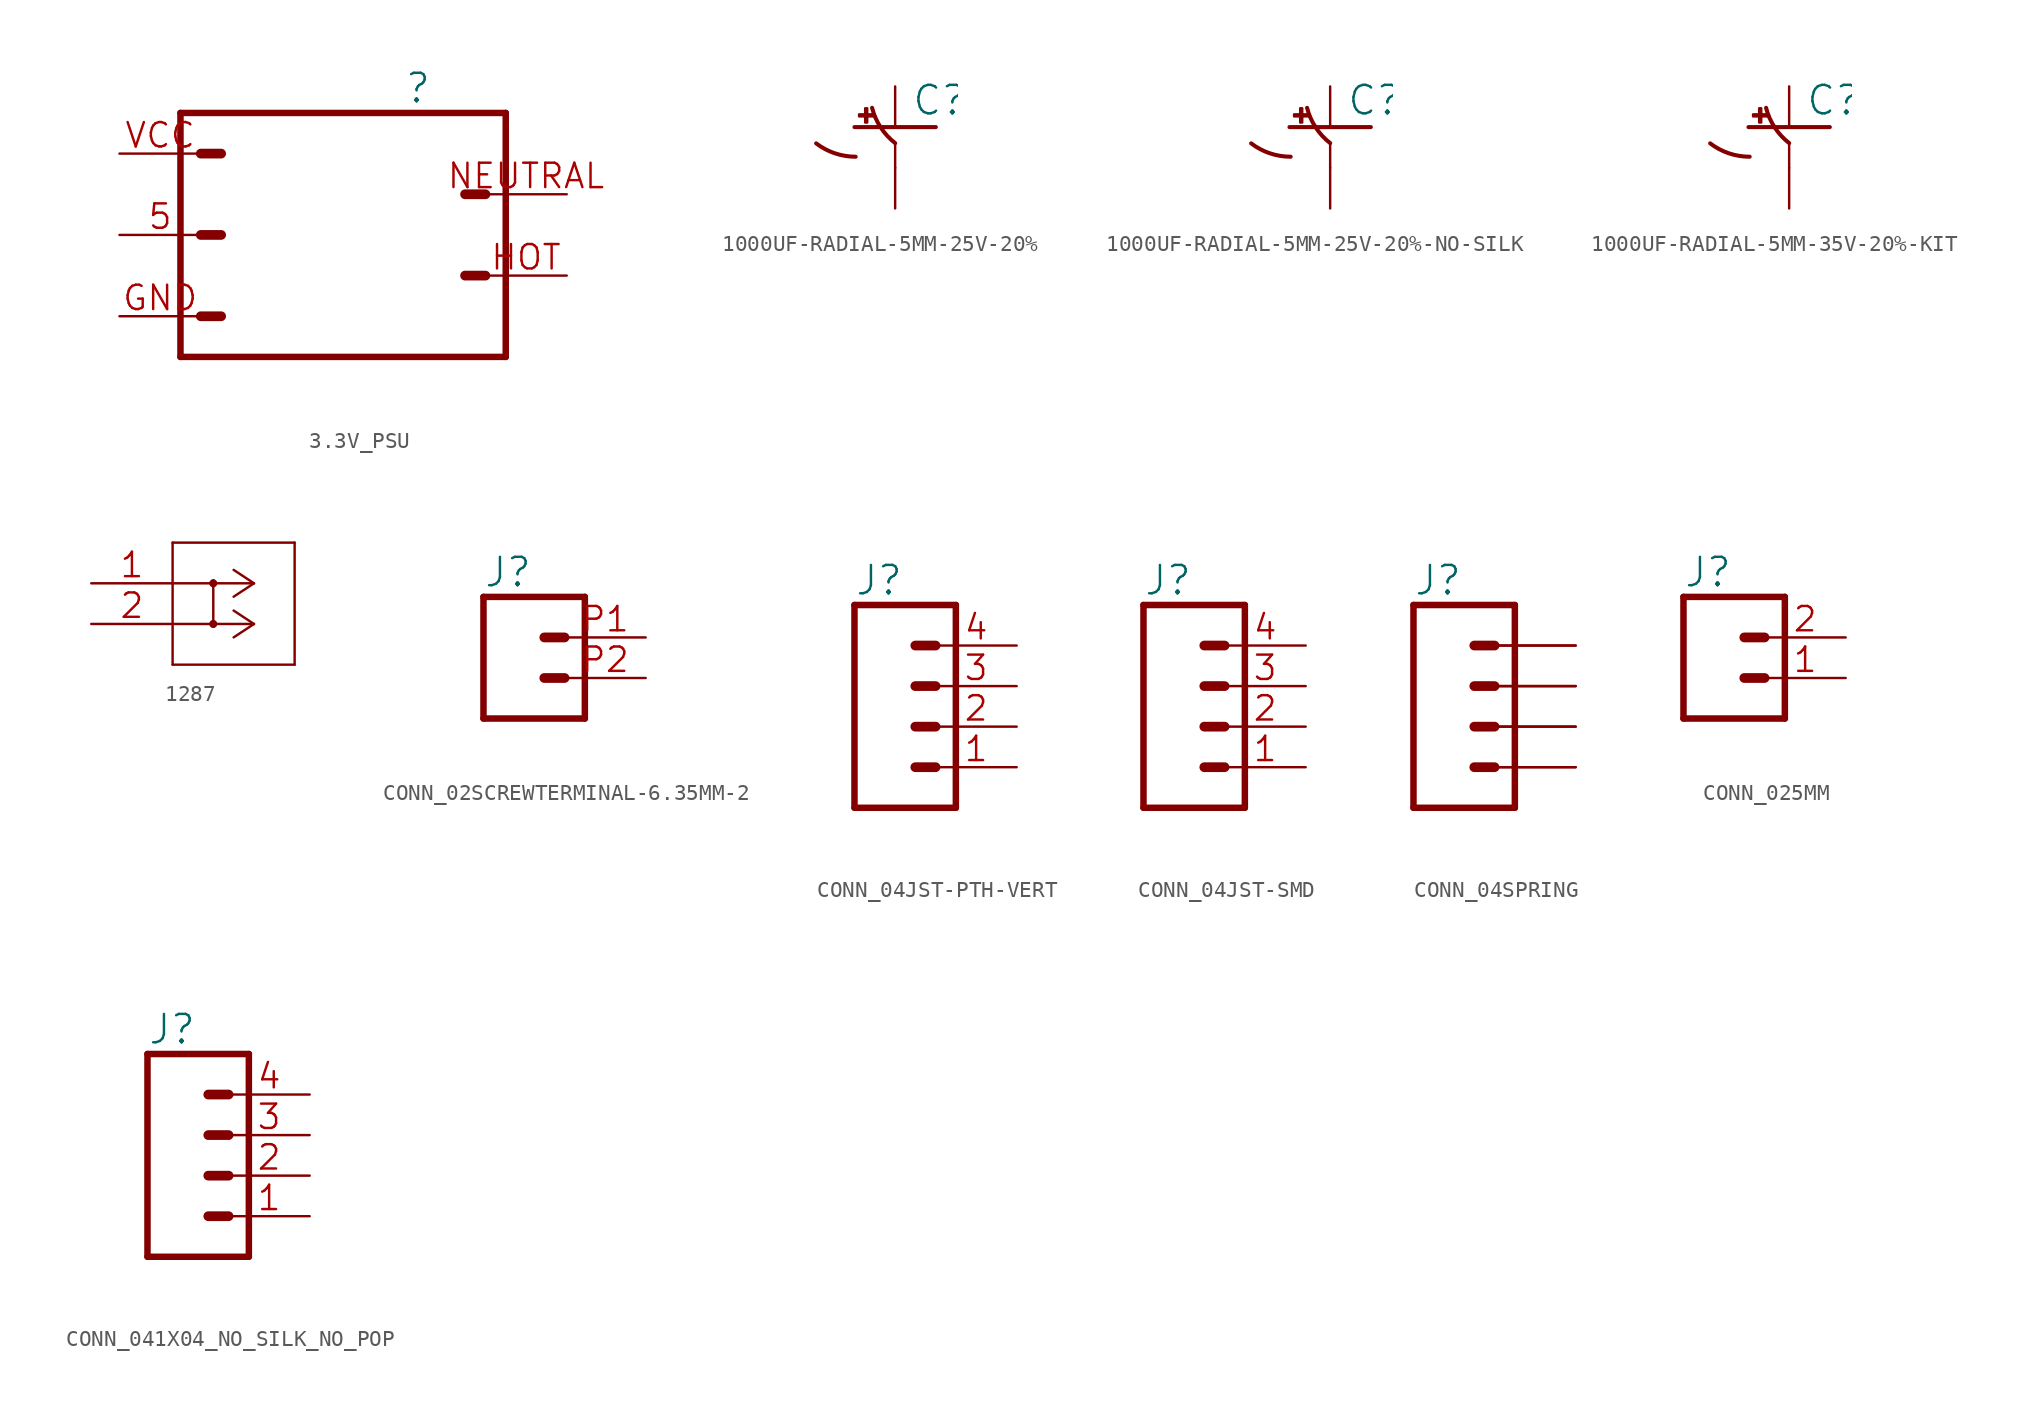
<source format=kicad_sym>
(kicad_symbol_lib
  (version 20241209)
  (generator "kicad_symbol_editor")
  (generator_version "9.0")
  (symbol "3.3V_PSU"
    (property "Reference" ""
      (at -2.54 8.128 0)
      (effects (font (size 1.778 1.778)) (justify left bottom)))
    (property "Value" ""
      (at -2.54 -9.906 0)
      (effects (font (size 1.778 1.778)) (justify left bottom)))
    (property "ki_locked" ""
      (at 0 0 0)
      (effects (font (size 1.27 1.27))))
    (symbol "3.3V_PSU_1_0"
      (polyline (pts (xy -16.51 7.62) (xy -16.51 -7.62)) (stroke (width 0.406) (type solid)) (fill (type none)))
      (polyline (pts (xy -16.51 7.62) (xy 3.81 7.62)) (stroke (width 0.406) (type solid)) (fill (type none)))
      (polyline (pts (xy -15.24 5.08) (xy -13.97 5.08)) (stroke (width 0.61) (type solid)) (fill (type none)))
      (polyline (pts (xy -15.24 0) (xy -13.97 0)) (stroke (width 0.61) (type solid)) (fill (type none)))
      (polyline (pts (xy -15.24 -5.08) (xy -13.97 -5.08)) (stroke (width 0.61) (type solid)) (fill (type none)))
      (polyline (pts (xy 1.27 2.54) (xy 2.54 2.54)) (stroke (width 0.61) (type solid)) (fill (type none)))
      (polyline (pts (xy 1.27 -2.54) (xy 2.54 -2.54)) (stroke (width 0.61) (type solid)) (fill (type none)))
      (polyline (pts (xy 3.81 -7.62) (xy -16.51 -7.62)) (stroke (width 0.406) (type solid)) (fill (type none)))
      (polyline (pts (xy 3.81 -7.62) (xy 3.81 7.62)) (stroke (width 0.406) (type solid)) (fill (type none)))
      (pin passive line (at -20.32 5.08 0) (length 5.08) (name "VCC" (effects (font (size 0 0)))) (number "VCC" (effects (font (size 1.524 1.524)))))
      (pin passive line (at -20.32 0 0) (length 5.08) (name "6" (effects (font (size 0 0)))) (number "5" (effects (font (size 1.524 1.524)))))
      (pin passive line (at -20.32 -5.08 0) (length 5.08) (name "GND" (effects (font (size 0 0)))) (number "GND" (effects (font (size 1.524 1.524)))))
      (pin passive line (at 7.62 2.54 180) (length 5.08) (name "NEUTRAL" (effects (font (size 0 0)))) (number "NEUTRAL" (effects (font (size 1.524 1.524)))))
      (pin passive line (at 7.62 -2.54 180) (length 5.08) (name "HOT" (effects (font (size 0 0)))) (number "HOT" (effects (font (size 1.524 1.524)))))))
  (symbol "1000UF-RADIAL-5MM-25V-20%"
    (property "Reference" "C"
      (at 1.016 0.635 0)
      (effects (font (size 1.778 1.778)) (justify left bottom)))
    (property "Value" ""
      (at 1.016 -4.191 0)
      (effects (font (size 1.778 1.778)) (justify left bottom)))
    (property "ki_locked" ""
      (at 0 0 0)
      (effects (font (size 1.27 1.27))))
    (symbol "1000UF-RADIAL-5MM-25V-20%_1_0"
      (polyline (pts (xy -2.54 0) (xy 2.54 0)) (stroke (width 0.254) (type solid)) (fill (type none)))
      (arc (start -2.4669 -1.8504) (mid -3.7689 -1.6361) (end -4.9337 -1.0159) (stroke (width 0.254) (type solid)) (fill (type none)))
      (rectangle (start -2.253 0.668) (end -1.364 0.795) (stroke (width 0) (type default)) (fill (type outline)))
      (rectangle (start -1.872 0.287) (end -1.745 1.176) (stroke (width 0) (type default)) (fill (type outline)))
      (polyline (pts (xy 0 -1.016) (xy 0 -2.54)) (stroke (width 0.152) (type solid)) (fill (type none)))
      (arc (start 0 -1) (mid -0.9038 -0.0189) (end -1.4403 1.2025) (stroke (width 0.254) (type solid)) (fill (type none)))
      (pin passive line (at 0 2.54 270) (length 2.54) (name "+" (effects (font (size 0 0)))) (number "+" (effects (font (size 0 0)))))
      (pin passive line (at 0 -5.08 90) (length 2.54) (name "-" (effects (font (size 0 0)))) (number "-" (effects (font (size 0 0)))))))
  (symbol "1000UF-RADIAL-5MM-25V-20%-NO-SILK"
    (property "Reference" "C"
      (at 1.016 0.635 0)
      (effects (font (size 1.778 1.778)) (justify left bottom)))
    (property "Value" ""
      (at 1.016 -4.191 0)
      (effects (font (size 1.778 1.778)) (justify left bottom)))
    (property "ki_locked" ""
      (at 0 0 0)
      (effects (font (size 1.27 1.27))))
    (symbol "1000UF-RADIAL-5MM-25V-20%-NO-SILK_1_0"
      (polyline (pts (xy -2.54 0) (xy 2.54 0)) (stroke (width 0.254) (type solid)) (fill (type none)))
      (arc (start -2.4669 -1.8504) (mid -3.7689 -1.6361) (end -4.9337 -1.0159) (stroke (width 0.254) (type solid)) (fill (type none)))
      (rectangle (start -2.253 0.668) (end -1.364 0.795) (stroke (width 0) (type default)) (fill (type outline)))
      (rectangle (start -1.872 0.287) (end -1.745 1.176) (stroke (width 0) (type default)) (fill (type outline)))
      (polyline (pts (xy 0 -1.016) (xy 0 -2.54)) (stroke (width 0.152) (type solid)) (fill (type none)))
      (arc (start 0 -1) (mid -0.9038 -0.0189) (end -1.4403 1.2025) (stroke (width 0.254) (type solid)) (fill (type none)))
      (pin passive line (at 0 2.54 270) (length 2.54) (name "+" (effects (font (size 0 0)))) (number "+" (effects (font (size 0 0)))))
      (pin passive line (at 0 -5.08 90) (length 2.54) (name "-" (effects (font (size 0 0)))) (number "-" (effects (font (size 0 0)))))))
  (symbol "1000UF-RADIAL-5MM-35V-20%-KIT"
    (property "Reference" "C"
      (at 1.016 0.635 0)
      (effects (font (size 1.778 1.778)) (justify left bottom)))
    (property "Value" ""
      (at 1.016 -4.191 0)
      (effects (font (size 1.778 1.778)) (justify left bottom)))
    (property "ki_locked" ""
      (at 0 0 0)
      (effects (font (size 1.27 1.27))))
    (symbol "1000UF-RADIAL-5MM-35V-20%-KIT_1_0"
      (polyline (pts (xy -2.54 0) (xy 2.54 0)) (stroke (width 0.254) (type solid)) (fill (type none)))
      (arc (start -2.4669 -1.8504) (mid -3.7689 -1.6361) (end -4.9337 -1.0159) (stroke (width 0.254) (type solid)) (fill (type none)))
      (rectangle (start -2.253 0.668) (end -1.364 0.795) (stroke (width 0) (type default)) (fill (type outline)))
      (rectangle (start -1.872 0.287) (end -1.745 1.176) (stroke (width 0) (type default)) (fill (type outline)))
      (polyline (pts (xy 0 -1.016) (xy 0 -2.54)) (stroke (width 0.152) (type solid)) (fill (type none)))
      (arc (start 0 -1) (mid -0.9038 -0.0189) (end -1.4403 1.2025) (stroke (width 0.254) (type solid)) (fill (type none)))
      (pin passive line (at 0 2.54 270) (length 2.54) (name "+" (effects (font (size 0 0)))) (number "+" (effects (font (size 0 0)))))
      (pin passive line (at 0 -5.08 90) (length 2.54) (name "-" (effects (font (size 0 0)))) (number "-" (effects (font (size 0 0)))))))
  (symbol "1287"
    (property "Reference" "J"
      (at 4.166 5.309 0)
      (effects (font (size 2.083 1.77)) (justify left bottom) (hide yes)))
    (property "ki_locked" ""
      (at 0 0 0)
      (effects (font (size 1.27 1.27))))
    (symbol "1287_1_0"
      (polyline (pts (xy 5.08 2.54) (xy 5.08 -5.08)) (stroke (width 0.152) (type solid)) (fill (type none)))
      (polyline (pts (xy 5.08 -5.08) (xy 12.7 -5.08)) (stroke (width 0.152) (type solid)) (fill (type none)))
      (polyline (pts (xy 7.62 0) (xy 5.08 0)) (stroke (width 0.152) (type solid)) (fill (type none)))
      (polyline (pts (xy 7.62 0) (xy 7.62 -0.127)) (stroke (width 0.152) (type solid)) (fill (type none)))
      (arc (start 7.62 0.127) (mid 7.747 0) (end 7.62 -0.127) (stroke (width 0.254) (type solid)) (fill (type none)))
      (arc (start 7.62 -0.127) (mid 7.493 0) (end 7.62 0.127) (stroke (width 0.254) (type solid)) (fill (type none)))
      (polyline (pts (xy 7.62 -0.127) (xy 7.62 -2.413)) (stroke (width 0.152) (type solid)) (fill (type none)))
      (polyline (pts (xy 7.62 -2.413) (xy 7.62 -2.54)) (stroke (width 0.152) (type solid)) (fill (type none)))
      (polyline (pts (xy 7.62 -2.54) (xy 5.08 -2.54)) (stroke (width 0.152) (type solid)) (fill (type none)))
      (arc (start 7.62 -2.413) (mid 7.747 -2.54) (end 7.62 -2.667) (stroke (width 0.254) (type solid)) (fill (type none)))
      (arc (start 7.62 -2.667) (mid 7.493 -2.54) (end 7.62 -2.413) (stroke (width 0.254) (type solid)) (fill (type none)))
      (polyline (pts (xy 10.16 0) (xy 7.62 0)) (stroke (width 0.152) (type solid)) (fill (type none)))
      (polyline (pts (xy 10.16 0) (xy 8.89 0.838)) (stroke (width 0.152) (type solid)) (fill (type none)))
      (polyline (pts (xy 10.16 0) (xy 8.89 -0.838)) (stroke (width 0.152) (type solid)) (fill (type none)))
      (polyline (pts (xy 10.16 -2.54) (xy 7.62 -2.54)) (stroke (width 0.152) (type solid)) (fill (type none)))
      (polyline (pts (xy 10.16 -2.54) (xy 8.89 -1.702)) (stroke (width 0.152) (type solid)) (fill (type none)))
      (polyline (pts (xy 10.16 -2.54) (xy 8.89 -3.378)) (stroke (width 0.152) (type solid)) (fill (type none)))
      (polyline (pts (xy 12.7 2.54) (xy 5.08 2.54)) (stroke (width 0.152) (type solid)) (fill (type none)))
      (polyline (pts (xy 12.7 -5.08) (xy 12.7 2.54)) (stroke (width 0.152) (type solid)) (fill (type none)))
      (pin passive line (at 0 0 0) (length 5.08) (name "1" (effects (font (size 0 0)))) (number "1" (effects (font (size 1.524 1.524)))))
      (pin passive line (at 0 -2.54 0) (length 5.08) (name "2" (effects (font (size 0 0)))) (number "2" (effects (font (size 1.524 1.524)))))))
  (symbol "CONN_02SCREWTERMINAL-6.35MM-2"
    (property "Reference" "J"
      (at -2.54 5.588 0)
      (effects (font (size 1.778 1.778)) (justify left bottom)))
    (property "Value" ""
      (at -2.54 -4.826 0)
      (effects (font (size 1.778 1.778)) (justify left bottom)))
    (property "ki_locked" ""
      (at 0 0 0)
      (effects (font (size 1.27 1.27))))
    (symbol "CONN_02SCREWTERMINAL-6.35MM-2_1_0"
      (polyline (pts (xy -2.54 5.08) (xy -2.54 -2.54)) (stroke (width 0.406) (type solid)) (fill (type none)))
      (polyline (pts (xy -2.54 5.08) (xy 3.81 5.08)) (stroke (width 0.406) (type solid)) (fill (type none)))
      (polyline (pts (xy 1.27 2.54) (xy 2.54 2.54)) (stroke (width 0.61) (type solid)) (fill (type none)))
      (polyline (pts (xy 1.27 0) (xy 2.54 0)) (stroke (width 0.61) (type solid)) (fill (type none)))
      (polyline (pts (xy 3.81 -2.54) (xy -2.54 -2.54)) (stroke (width 0.406) (type solid)) (fill (type none)))
      (polyline (pts (xy 3.81 -2.54) (xy 3.81 5.08)) (stroke (width 0.406) (type solid)) (fill (type none)))
      (pin passive line (at 7.62 2.54 180) (length 5.08) (name "2" (effects (font (size 0 0)))) (number "P1" (effects (font (size 1.524 1.524)))))
      (pin passive line (at 7.62 0 180) (length 5.08) (name "1" (effects (font (size 0 0)))) (number "P2" (effects (font (size 1.524 1.524)))))))
  (symbol "CONN_04JST-PTH-VERT"
    (property "Reference" "J"
      (at -5.08 8.128 0)
      (effects (font (size 1.778 1.778)) (justify left bottom)))
    (property "Value" ""
      (at -5.08 -7.366 0)
      (effects (font (size 1.778 1.778)) (justify left bottom)))
    (property "ki_locked" ""
      (at 0 0 0)
      (effects (font (size 1.27 1.27))))
    (symbol "CONN_04JST-PTH-VERT_1_0"
      (polyline (pts (xy -5.08 7.62) (xy -5.08 -5.08)) (stroke (width 0.406) (type solid)) (fill (type none)))
      (polyline (pts (xy -5.08 7.62) (xy 1.27 7.62)) (stroke (width 0.406) (type solid)) (fill (type none)))
      (polyline (pts (xy -1.27 5.08) (xy 0 5.08)) (stroke (width 0.61) (type solid)) (fill (type none)))
      (polyline (pts (xy -1.27 2.54) (xy 0 2.54)) (stroke (width 0.61) (type solid)) (fill (type none)))
      (polyline (pts (xy -1.27 0) (xy 0 0)) (stroke (width 0.61) (type solid)) (fill (type none)))
      (polyline (pts (xy -1.27 -2.54) (xy 0 -2.54)) (stroke (width 0.61) (type solid)) (fill (type none)))
      (polyline (pts (xy 1.27 -5.08) (xy -5.08 -5.08)) (stroke (width 0.406) (type solid)) (fill (type none)))
      (polyline (pts (xy 1.27 -5.08) (xy 1.27 7.62)) (stroke (width 0.406) (type solid)) (fill (type none)))
      (pin passive line (at 5.08 5.08 180) (length 5.08) (name "4" (effects (font (size 0 0)))) (number "4" (effects (font (size 1.524 1.524)))))
      (pin passive line (at 5.08 2.54 180) (length 5.08) (name "3" (effects (font (size 0 0)))) (number "3" (effects (font (size 1.524 1.524)))))
      (pin passive line (at 5.08 0 180) (length 5.08) (name "2" (effects (font (size 0 0)))) (number "2" (effects (font (size 1.524 1.524)))))
      (pin passive line (at 5.08 -2.54 180) (length 5.08) (name "1" (effects (font (size 0 0)))) (number "1" (effects (font (size 1.524 1.524)))))))
  (symbol "CONN_04JST-SMD"
    (property "Reference" "J"
      (at -5.08 8.128 0)
      (effects (font (size 1.778 1.778)) (justify left bottom)))
    (property "Value" ""
      (at -5.08 -7.366 0)
      (effects (font (size 1.778 1.778)) (justify left bottom)))
    (property "ki_locked" ""
      (at 0 0 0)
      (effects (font (size 1.27 1.27))))
    (symbol "CONN_04JST-SMD_1_0"
      (polyline (pts (xy -5.08 7.62) (xy -5.08 -5.08)) (stroke (width 0.406) (type solid)) (fill (type none)))
      (polyline (pts (xy -5.08 7.62) (xy 1.27 7.62)) (stroke (width 0.406) (type solid)) (fill (type none)))
      (polyline (pts (xy -1.27 5.08) (xy 0 5.08)) (stroke (width 0.61) (type solid)) (fill (type none)))
      (polyline (pts (xy -1.27 2.54) (xy 0 2.54)) (stroke (width 0.61) (type solid)) (fill (type none)))
      (polyline (pts (xy -1.27 0) (xy 0 0)) (stroke (width 0.61) (type solid)) (fill (type none)))
      (polyline (pts (xy -1.27 -2.54) (xy 0 -2.54)) (stroke (width 0.61) (type solid)) (fill (type none)))
      (polyline (pts (xy 1.27 -5.08) (xy -5.08 -5.08)) (stroke (width 0.406) (type solid)) (fill (type none)))
      (polyline (pts (xy 1.27 -5.08) (xy 1.27 7.62)) (stroke (width 0.406) (type solid)) (fill (type none)))
      (pin passive line (at 5.08 5.08 180) (length 5.08) (name "4" (effects (font (size 0 0)))) (number "4" (effects (font (size 1.524 1.524)))))
      (pin passive line (at 5.08 2.54 180) (length 5.08) (name "3" (effects (font (size 0 0)))) (number "3" (effects (font (size 1.524 1.524)))))
      (pin passive line (at 5.08 0 180) (length 5.08) (name "2" (effects (font (size 0 0)))) (number "2" (effects (font (size 1.524 1.524)))))
      (pin passive line (at 5.08 -2.54 180) (length 5.08) (name "1" (effects (font (size 0 0)))) (number "1" (effects (font (size 1.524 1.524)))))))
  (symbol "CONN_04SPRING"
    (property "Reference" "J"
      (at -5.08 8.128 0)
      (effects (font (size 1.778 1.778)) (justify left bottom)))
    (property "Value" ""
      (at -5.08 -7.366 0)
      (effects (font (size 1.778 1.778)) (justify left bottom)))
    (property "ki_locked" ""
      (at 0 0 0)
      (effects (font (size 1.27 1.27))))
    (symbol "CONN_04SPRING_1_0"
      (polyline (pts (xy -5.08 7.62) (xy -5.08 -5.08)) (stroke (width 0.406) (type solid)) (fill (type none)))
      (polyline (pts (xy -5.08 7.62) (xy 1.27 7.62)) (stroke (width 0.406) (type solid)) (fill (type none)))
      (polyline (pts (xy -1.27 5.08) (xy 0 5.08)) (stroke (width 0.61) (type solid)) (fill (type none)))
      (polyline (pts (xy -1.27 2.54) (xy 0 2.54)) (stroke (width 0.61) (type solid)) (fill (type none)))
      (polyline (pts (xy -1.27 0) (xy 0 0)) (stroke (width 0.61) (type solid)) (fill (type none)))
      (polyline (pts (xy -1.27 -2.54) (xy 0 -2.54)) (stroke (width 0.61) (type solid)) (fill (type none)))
      (polyline (pts (xy 1.27 -5.08) (xy -5.08 -5.08)) (stroke (width 0.406) (type solid)) (fill (type none)))
      (polyline (pts (xy 1.27 -5.08) (xy 1.27 7.62)) (stroke (width 0.406) (type solid)) (fill (type none)))
      (pin passive line (at 5.08 5.08 180) (length 5.08) (name "4" (effects (font (size 0 0)))) (number "4" (effects (font (size 0 0)))))
      (pin passive line (at 5.08 5.08 180) (length 5.08) (name "4" (effects (font (size 0 0)))) (number "8" (effects (font (size 0 0)))))
      (pin passive line (at 5.08 2.54 180) (length 5.08) (name "3" (effects (font (size 0 0)))) (number "3" (effects (font (size 0 0)))))
      (pin passive line (at 5.08 2.54 180) (length 5.08) (name "3" (effects (font (size 0 0)))) (number "7" (effects (font (size 0 0)))))
      (pin passive line (at 5.08 0 180) (length 5.08) (name "2" (effects (font (size 0 0)))) (number "2" (effects (font (size 0 0)))))
      (pin passive line (at 5.08 0 180) (length 5.08) (name "2" (effects (font (size 0 0)))) (number "6" (effects (font (size 0 0)))))
      (pin passive line (at 5.08 -2.54 180) (length 5.08) (name "1" (effects (font (size 0 0)))) (number "1" (effects (font (size 0 0)))))
      (pin passive line (at 5.08 -2.54 180) (length 5.08) (name "1" (effects (font (size 0 0)))) (number "5" (effects (font (size 0 0)))))))
  (symbol "CONN_025MM"
    (property "Reference" "J"
      (at -2.54 5.588 0)
      (effects (font (size 1.778 1.778)) (justify left bottom)))
    (property "Value" ""
      (at -2.54 -4.826 0)
      (effects (font (size 1.778 1.778)) (justify left bottom)))
    (property "ki_locked" ""
      (at 0 0 0)
      (effects (font (size 1.27 1.27))))
    (symbol "CONN_025MM_1_0"
      (polyline (pts (xy -2.54 5.08) (xy -2.54 -2.54)) (stroke (width 0.406) (type solid)) (fill (type none)))
      (polyline (pts (xy -2.54 5.08) (xy 3.81 5.08)) (stroke (width 0.406) (type solid)) (fill (type none)))
      (polyline (pts (xy 1.27 2.54) (xy 2.54 2.54)) (stroke (width 0.61) (type solid)) (fill (type none)))
      (polyline (pts (xy 1.27 0) (xy 2.54 0)) (stroke (width 0.61) (type solid)) (fill (type none)))
      (polyline (pts (xy 3.81 -2.54) (xy -2.54 -2.54)) (stroke (width 0.406) (type solid)) (fill (type none)))
      (polyline (pts (xy 3.81 -2.54) (xy 3.81 5.08)) (stroke (width 0.406) (type solid)) (fill (type none)))
      (pin passive line (at 7.62 2.54 180) (length 5.08) (name "2" (effects (font (size 0 0)))) (number "2" (effects (font (size 1.524 1.524)))))
      (pin passive line (at 7.62 0 180) (length 5.08) (name "1" (effects (font (size 0 0)))) (number "1" (effects (font (size 1.524 1.524)))))))
  (symbol "CONN_041X04_NO_SILK_NO_POP"
    (property "Reference" "J"
      (at -5.08 8.128 0)
      (effects (font (size 1.778 1.778)) (justify left bottom)))
    (property "Value" ""
      (at -5.08 -7.366 0)
      (effects (font (size 1.778 1.778)) (justify left bottom)))
    (property "ki_locked" ""
      (at 0 0 0)
      (effects (font (size 1.27 1.27))))
    (symbol "CONN_041X04_NO_SILK_NO_POP_1_0"
      (polyline (pts (xy -5.08 7.62) (xy -5.08 -5.08)) (stroke (width 0.406) (type solid)) (fill (type none)))
      (polyline (pts (xy -5.08 7.62) (xy 1.27 7.62)) (stroke (width 0.406) (type solid)) (fill (type none)))
      (polyline (pts (xy -1.27 5.08) (xy 0 5.08)) (stroke (width 0.61) (type solid)) (fill (type none)))
      (polyline (pts (xy -1.27 2.54) (xy 0 2.54)) (stroke (width 0.61) (type solid)) (fill (type none)))
      (polyline (pts (xy -1.27 0) (xy 0 0)) (stroke (width 0.61) (type solid)) (fill (type none)))
      (polyline (pts (xy -1.27 -2.54) (xy 0 -2.54)) (stroke (width 0.61) (type solid)) (fill (type none)))
      (polyline (pts (xy 1.27 -5.08) (xy -5.08 -5.08)) (stroke (width 0.406) (type solid)) (fill (type none)))
      (polyline (pts (xy 1.27 -5.08) (xy 1.27 7.62)) (stroke (width 0.406) (type solid)) (fill (type none)))
      (pin passive line (at 5.08 5.08 180) (length 5.08) (name "4" (effects (font (size 0 0)))) (number "4" (effects (font (size 1.524 1.524)))))
      (pin passive line (at 5.08 2.54 180) (length 5.08) (name "3" (effects (font (size 0 0)))) (number "3" (effects (font (size 1.524 1.524)))))
      (pin passive line (at 5.08 0 180) (length 5.08) (name "2" (effects (font (size 0 0)))) (number "2" (effects (font (size 1.524 1.524)))))
      (pin passive line (at 5.08 -2.54 180) (length 5.08) (name "1" (effects (font (size 0 0)))) (number "1" (effects (font (size 1.524 1.524))))))))
</source>
